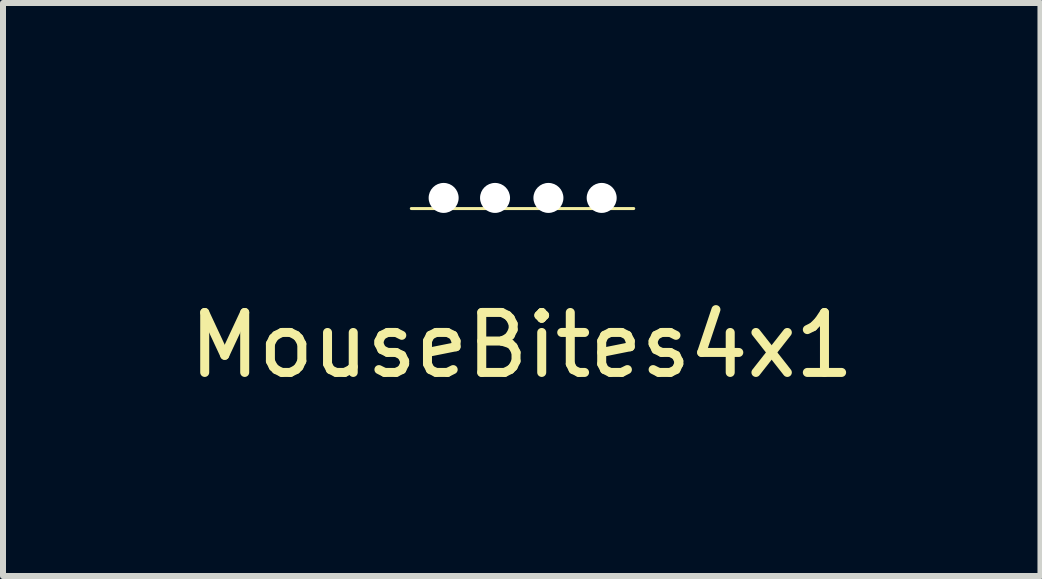
<source format=kicad_pcb>
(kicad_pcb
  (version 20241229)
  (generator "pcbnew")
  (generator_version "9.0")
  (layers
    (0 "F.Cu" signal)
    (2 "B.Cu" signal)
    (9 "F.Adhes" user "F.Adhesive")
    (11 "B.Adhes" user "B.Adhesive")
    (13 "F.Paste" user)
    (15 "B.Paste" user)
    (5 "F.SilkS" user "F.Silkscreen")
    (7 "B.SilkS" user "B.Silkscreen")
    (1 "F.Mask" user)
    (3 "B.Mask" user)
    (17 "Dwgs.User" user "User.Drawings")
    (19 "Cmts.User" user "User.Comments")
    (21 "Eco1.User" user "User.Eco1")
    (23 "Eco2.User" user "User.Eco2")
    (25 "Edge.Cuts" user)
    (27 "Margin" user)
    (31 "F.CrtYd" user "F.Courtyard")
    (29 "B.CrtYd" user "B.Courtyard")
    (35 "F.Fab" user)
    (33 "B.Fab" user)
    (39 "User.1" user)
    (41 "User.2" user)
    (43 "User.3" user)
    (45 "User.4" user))
  (footprint "MouseBites4x1"
    (layer "F.Cu")
    (at 5.649 2.205)
    (property "Reference" "MouseBites4x1" (at 0 0.5 0) (layer "F.SilkS") (effects (font (size 1 1) (thickness 0.15))))
    (attr through_hole)
    (fp_line (start -1.841 -1.778) (end 1.867 -1.778) (stroke (width 0.05) (type solid)) (layer "F.SilkS"))
    (pad "" np_thru_hole circle (at -1.302 -1.955) (size 0.5 0.5) (drill 0.5) (layers "*.Cu" "*.Mask"))
    (pad "" np_thru_hole circle (at -0.445 -1.955) (size 0.5 0.5) (drill 0.5) (layers "*.Cu" "*.Mask"))
    (pad "" np_thru_hole circle (at 0.445 -1.955) (size 0.5 0.5) (drill 0.5) (layers "*.Cu" "*.Mask"))
    (pad "" np_thru_hole circle (at 1.333 -1.955) (size 0.5 0.5) (drill 0.5) (layers "*.Cu" "*.Mask")))
  (gr_rect
    (start -3 -3)
    (end 14.298 6.554)
    (stroke (width 0.1) (type default))
    (fill no)
    (layer "Edge.Cuts")))
</source>
